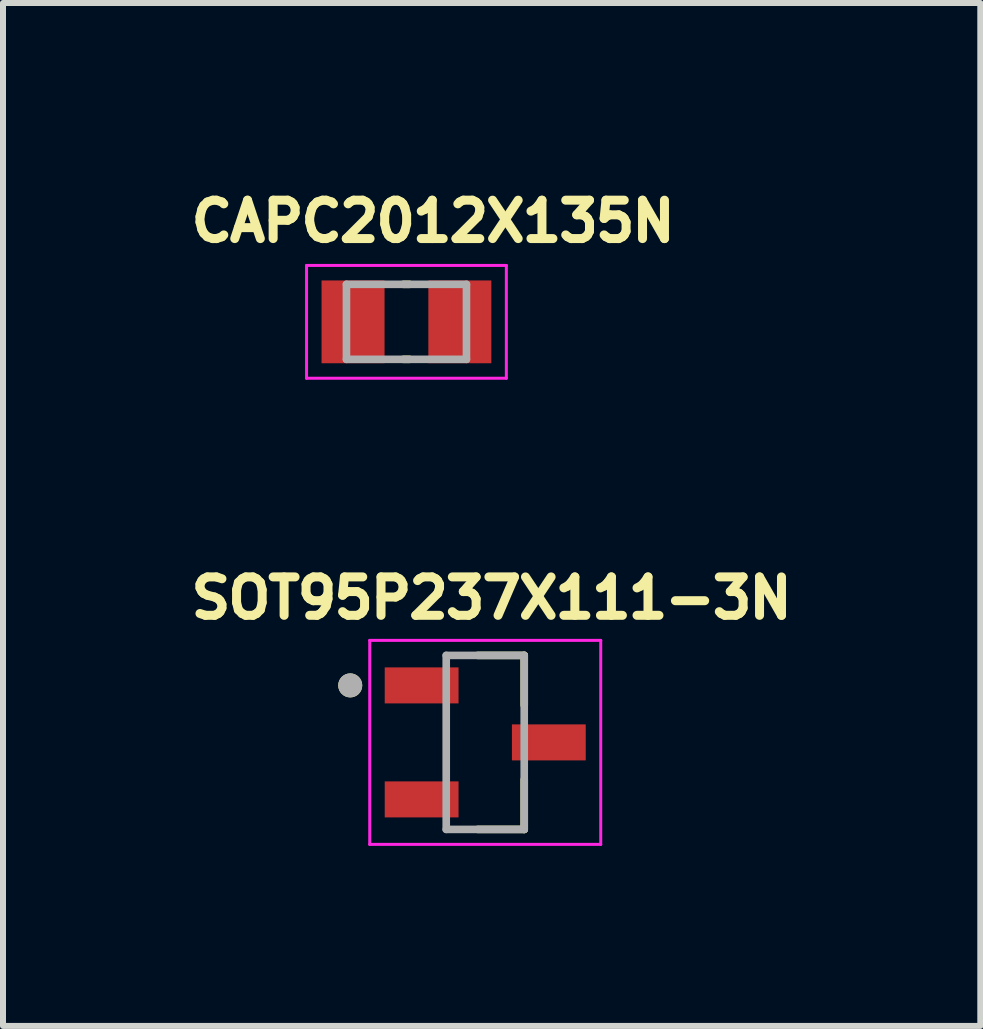
<source format=kicad_pcb>
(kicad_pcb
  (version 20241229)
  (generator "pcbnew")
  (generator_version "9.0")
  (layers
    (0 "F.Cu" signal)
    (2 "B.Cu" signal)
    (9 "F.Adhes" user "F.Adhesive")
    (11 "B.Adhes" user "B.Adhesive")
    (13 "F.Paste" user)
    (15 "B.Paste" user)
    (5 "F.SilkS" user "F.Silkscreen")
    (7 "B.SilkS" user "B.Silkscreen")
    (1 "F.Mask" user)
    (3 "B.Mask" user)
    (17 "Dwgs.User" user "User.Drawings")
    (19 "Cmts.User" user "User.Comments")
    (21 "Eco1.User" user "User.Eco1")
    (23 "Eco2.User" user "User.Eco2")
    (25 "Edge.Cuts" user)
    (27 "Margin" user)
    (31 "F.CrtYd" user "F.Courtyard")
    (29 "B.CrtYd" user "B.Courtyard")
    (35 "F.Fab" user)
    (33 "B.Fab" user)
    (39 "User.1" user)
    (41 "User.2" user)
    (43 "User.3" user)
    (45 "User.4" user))
  (footprint "CAPC2012X135N"
    (layer "F.Cu")
    (at 3.724 2.314)
    (property "Reference" "CAPC2012X135N" (at 0.445 -1.676 0) (layer "F.SilkS") (effects (font (size 0.64 0.64) (thickness 0.15))))
    (attr smd)
    (fp_line (start -0.051 -0.625) (end 0.051 -0.625) (stroke (width 0.127) (type solid)) (layer "F.SilkS"))
    (fp_line (start -0.051 0.625) (end 0.051 0.625) (stroke (width 0.127) (type solid)) (layer "F.SilkS"))
    (fp_line (start -1.665 -0.94) (end 1.665 -0.94) (stroke (width 0.05) (type solid)) (layer "F.CrtYd"))
    (fp_line (start -1.665 0.94) (end -1.665 -0.94) (stroke (width 0.05) (type solid)) (layer "F.CrtYd"))
    (fp_line (start 1.665 -0.94) (end 1.665 0.94) (stroke (width 0.05) (type solid)) (layer "F.CrtYd"))
    (fp_line (start 1.665 0.94) (end -1.665 0.94) (stroke (width 0.05) (type solid)) (layer "F.CrtYd"))
    (fp_line (start -1 -0.625) (end -1 0.625) (stroke (width 0.127) (type solid)) (layer "F.Fab"))
    (fp_line (start -1 -0.625) (end 1 -0.625) (stroke (width 0.127) (type solid)) (layer "F.Fab"))
    (fp_line (start -1 0.625) (end 1 0.625) (stroke (width 0.127) (type solid)) (layer "F.Fab"))
    (fp_line (start 1 -0.625) (end 1 0.625) (stroke (width 0.127) (type solid)) (layer "F.Fab"))
    (pad "1" smd rect (at -0.89 0) (size 1.05 1.38) (layers "F.Cu" "F.Mask" "F.Paste"))
    (pad "2" smd rect (at 0.89 0) (size 1.05 1.38) (layers "F.Cu" "F.Mask" "F.Paste")))
  (footprint "SOT95P237X111-3N"
    (layer "F.Cu")
    (at 5.037 9.323)
    (property "Reference" "SOT95P237X111-3N" (at 0.107 -2.406 0) (layer "F.SilkS") (effects (font (size 0.64 0.64) (thickness 0.15))))
    (attr smd)
    (fp_line (start -0.125 -1.45) (end 0.65 -1.45) (stroke (width 0.127) (type solid)) (layer "F.SilkS"))
    (fp_line (start 0.65 -1.45) (end 0.65 -0.62) (stroke (width 0.127) (type solid)) (layer "F.SilkS"))
    (fp_line (start 0.65 0.62) (end 0.65 1.45) (stroke (width 0.127) (type solid)) (layer "F.SilkS"))
    (fp_line (start 0.65 1.45) (end -0.125 1.45) (stroke (width 0.127) (type solid)) (layer "F.SilkS"))
    (fp_circle (center -2.25 -0.95) (end -2.15 -0.95) (stroke (width 0.2) (type solid)) (fill no) (layer "F.SilkS"))
    (fp_line (start -1.925 -1.7) (end 1.925 -1.7) (stroke (width 0.05) (type solid)) (layer "F.CrtYd"))
    (fp_line (start -1.925 1.7) (end -1.925 -1.7) (stroke (width 0.05) (type solid)) (layer "F.CrtYd"))
    (fp_line (start 1.925 -1.7) (end 1.925 1.7) (stroke (width 0.05) (type solid)) (layer "F.CrtYd"))
    (fp_line (start 1.925 1.7) (end -1.925 1.7) (stroke (width 0.05) (type solid)) (layer "F.CrtYd"))
    (fp_line (start -0.65 -1.45) (end 0.65 -1.45) (stroke (width 0.127) (type solid)) (layer "F.Fab"))
    (fp_line (start -0.65 1.45) (end -0.65 -1.45) (stroke (width 0.127) (type solid)) (layer "F.Fab"))
    (fp_line (start 0.65 -1.45) (end 0.65 1.45) (stroke (width 0.127) (type solid)) (layer "F.Fab"))
    (fp_line (start 0.65 1.45) (end -0.65 1.45) (stroke (width 0.127) (type solid)) (layer "F.Fab"))
    (fp_circle (center -2.25 -0.95) (end -2.15 -0.95) (stroke (width 0.2) (type solid)) (fill no) (layer "F.Fab"))
    (pad "1" smd rect (at -1.06 -0.95) (size 1.23 0.6) (layers "F.Cu" "F.Mask" "F.Paste"))
    (pad "2" smd rect (at -1.06 0.95) (size 1.23 0.6) (layers "F.Cu" "F.Mask" "F.Paste"))
    (pad "3" smd rect (at 1.06 0) (size 1.23 0.6) (layers "F.Cu" "F.Mask" "F.Paste")))
  (gr_rect
    (start -3 -3)
    (end 13.288 14.048)
    (stroke (width 0.1) (type default))
    (fill no)
    (layer "Edge.Cuts")))
</source>
